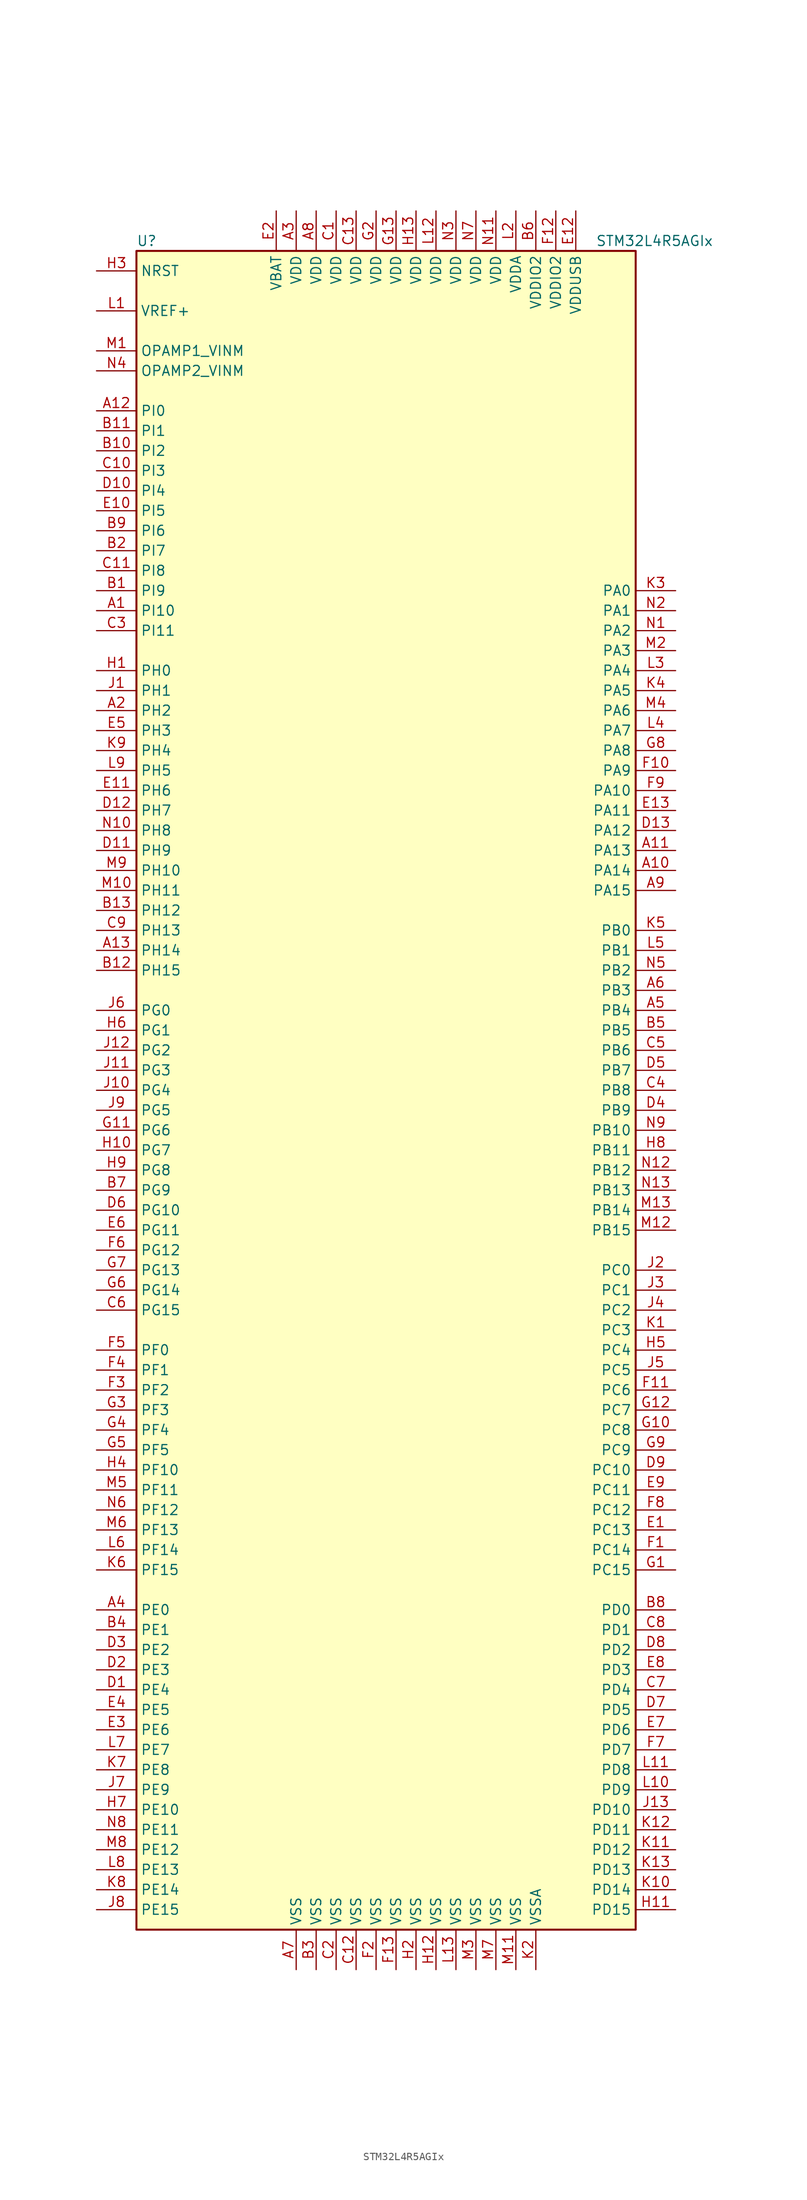
<source format=kicad_sym>
(kicad_symbol_lib
  (version 20201005)
  (generator kicad_symbol_editor)
  (symbol "MCU_ST_STM32L4+:STM32L4R5AGIx"
    (property "Reference" "U"
      (at -33.02 107.95 0)
      (effects (font (size 1.27 1.27)) (justify left)))
    (property "Value" "STM32L4R5AGIx"
      (at 25.4 107.95 0)
      (effects (font (size 1.27 1.27)) (justify left)))
    (symbol "STM32L4R5AGIx_0_1"
      (rectangle (start -33.02 -106.68) (end 30.48 106.68) (stroke (width 0.254)) (fill (type background))))
    (symbol "STM32L4R5AGIx_1_1"
      (pin input line (at -38.1 104.14 0) (length 5.08) (name "NRST" (effects (font (size 1.27 1.27)))) (number "H3" (effects (font (size 1.27 1.27)))))
      (pin bidirectional line (at -38.1 93.98 0) (length 5.08) (name "OPAMP1_VINM" (effects (font (size 1.27 1.27)))) (number "M1" (effects (font (size 1.27 1.27)))))
      (pin bidirectional line (at -38.1 91.44 0) (length 5.08) (name "OPAMP2_VINM" (effects (font (size 1.27 1.27)))) (number "N4" (effects (font (size 1.27 1.27)))))
      (pin bidirectional line (at 35.56 63.5 180) (length 5.08) (name "PA0" (effects (font (size 1.27 1.27)))) (number "K3" (effects (font (size 1.27 1.27)))))
      (pin bidirectional line (at 35.56 60.96 180) (length 5.08) (name "PA1" (effects (font (size 1.27 1.27)))) (number "N2" (effects (font (size 1.27 1.27)))))
      (pin bidirectional line (at 35.56 38.1 180) (length 5.08) (name "PA10" (effects (font (size 1.27 1.27)))) (number "F9" (effects (font (size 1.27 1.27)))))
      (pin bidirectional line (at 35.56 35.56 180) (length 5.08) (name "PA11" (effects (font (size 1.27 1.27)))) (number "E13" (effects (font (size 1.27 1.27)))))
      (pin bidirectional line (at 35.56 33.02 180) (length 5.08) (name "PA12" (effects (font (size 1.27 1.27)))) (number "D13" (effects (font (size 1.27 1.27)))))
      (pin bidirectional line (at 35.56 30.48 180) (length 5.08) (name "PA13" (effects (font (size 1.27 1.27)))) (number "A11" (effects (font (size 1.27 1.27)))))
      (pin bidirectional line (at 35.56 27.94 180) (length 5.08) (name "PA14" (effects (font (size 1.27 1.27)))) (number "A10" (effects (font (size 1.27 1.27)))))
      (pin bidirectional line (at 35.56 25.4 180) (length 5.08) (name "PA15" (effects (font (size 1.27 1.27)))) (number "A9" (effects (font (size 1.27 1.27)))))
      (pin bidirectional line (at 35.56 58.42 180) (length 5.08) (name "PA2" (effects (font (size 1.27 1.27)))) (number "N1" (effects (font (size 1.27 1.27)))))
      (pin bidirectional line (at 35.56 55.88 180) (length 5.08) (name "PA3" (effects (font (size 1.27 1.27)))) (number "M2" (effects (font (size 1.27 1.27)))))
      (pin bidirectional line (at 35.56 53.34 180) (length 5.08) (name "PA4" (effects (font (size 1.27 1.27)))) (number "L3" (effects (font (size 1.27 1.27)))))
      (pin bidirectional line (at 35.56 50.8 180) (length 5.08) (name "PA5" (effects (font (size 1.27 1.27)))) (number "K4" (effects (font (size 1.27 1.27)))))
      (pin bidirectional line (at 35.56 48.26 180) (length 5.08) (name "PA6" (effects (font (size 1.27 1.27)))) (number "M4" (effects (font (size 1.27 1.27)))))
      (pin bidirectional line (at 35.56 45.72 180) (length 5.08) (name "PA7" (effects (font (size 1.27 1.27)))) (number "L4" (effects (font (size 1.27 1.27)))))
      (pin bidirectional line (at 35.56 43.18 180) (length 5.08) (name "PA8" (effects (font (size 1.27 1.27)))) (number "G8" (effects (font (size 1.27 1.27)))))
      (pin bidirectional line (at 35.56 40.64 180) (length 5.08) (name "PA9" (effects (font (size 1.27 1.27)))) (number "F10" (effects (font (size 1.27 1.27)))))
      (pin bidirectional line (at 35.56 20.32 180) (length 5.08) (name "PB0" (effects (font (size 1.27 1.27)))) (number "K5" (effects (font (size 1.27 1.27)))))
      (pin bidirectional line (at 35.56 17.78 180) (length 5.08) (name "PB1" (effects (font (size 1.27 1.27)))) (number "L5" (effects (font (size 1.27 1.27)))))
      (pin bidirectional line (at 35.56 -5.08 180) (length 5.08) (name "PB10" (effects (font (size 1.27 1.27)))) (number "N9" (effects (font (size 1.27 1.27)))))
      (pin bidirectional line (at 35.56 -7.62 180) (length 5.08) (name "PB11" (effects (font (size 1.27 1.27)))) (number "H8" (effects (font (size 1.27 1.27)))))
      (pin bidirectional line (at 35.56 -10.16 180) (length 5.08) (name "PB12" (effects (font (size 1.27 1.27)))) (number "N12" (effects (font (size 1.27 1.27)))))
      (pin bidirectional line (at 35.56 -12.7 180) (length 5.08) (name "PB13" (effects (font (size 1.27 1.27)))) (number "N13" (effects (font (size 1.27 1.27)))))
      (pin bidirectional line (at 35.56 -15.24 180) (length 5.08) (name "PB14" (effects (font (size 1.27 1.27)))) (number "M13" (effects (font (size 1.27 1.27)))))
      (pin bidirectional line (at 35.56 -17.78 180) (length 5.08) (name "PB15" (effects (font (size 1.27 1.27)))) (number "M12" (effects (font (size 1.27 1.27)))))
      (pin bidirectional line (at 35.56 15.24 180) (length 5.08) (name "PB2" (effects (font (size 1.27 1.27)))) (number "N5" (effects (font (size 1.27 1.27)))))
      (pin bidirectional line (at 35.56 12.7 180) (length 5.08) (name "PB3" (effects (font (size 1.27 1.27)))) (number "A6" (effects (font (size 1.27 1.27)))))
      (pin bidirectional line (at 35.56 10.16 180) (length 5.08) (name "PB4" (effects (font (size 1.27 1.27)))) (number "A5" (effects (font (size 1.27 1.27)))))
      (pin bidirectional line (at 35.56 7.62 180) (length 5.08) (name "PB5" (effects (font (size 1.27 1.27)))) (number "B5" (effects (font (size 1.27 1.27)))))
      (pin bidirectional line (at 35.56 5.08 180) (length 5.08) (name "PB6" (effects (font (size 1.27 1.27)))) (number "C5" (effects (font (size 1.27 1.27)))))
      (pin bidirectional line (at 35.56 2.54 180) (length 5.08) (name "PB7" (effects (font (size 1.27 1.27)))) (number "D5" (effects (font (size 1.27 1.27)))))
      (pin bidirectional line (at 35.56 0 180) (length 5.08) (name "PB8" (effects (font (size 1.27 1.27)))) (number "C4" (effects (font (size 1.27 1.27)))))
      (pin bidirectional line (at 35.56 -2.54 180) (length 5.08) (name "PB9" (effects (font (size 1.27 1.27)))) (number "D4" (effects (font (size 1.27 1.27)))))
      (pin bidirectional line (at 35.56 -22.86 180) (length 5.08) (name "PC0" (effects (font (size 1.27 1.27)))) (number "J2" (effects (font (size 1.27 1.27)))))
      (pin bidirectional line (at 35.56 -25.4 180) (length 5.08) (name "PC1" (effects (font (size 1.27 1.27)))) (number "J3" (effects (font (size 1.27 1.27)))))
      (pin bidirectional line (at 35.56 -48.26 180) (length 5.08) (name "PC10" (effects (font (size 1.27 1.27)))) (number "D9" (effects (font (size 1.27 1.27)))))
      (pin bidirectional line (at 35.56 -50.8 180) (length 5.08) (name "PC11" (effects (font (size 1.27 1.27)))) (number "E9" (effects (font (size 1.27 1.27)))))
      (pin bidirectional line (at 35.56 -53.34 180) (length 5.08) (name "PC12" (effects (font (size 1.27 1.27)))) (number "F8" (effects (font (size 1.27 1.27)))))
      (pin bidirectional line (at 35.56 -55.88 180) (length 5.08) (name "PC13" (effects (font (size 1.27 1.27)))) (number "E1" (effects (font (size 1.27 1.27)))))
      (pin bidirectional line (at 35.56 -58.42 180) (length 5.08) (name "PC14" (effects (font (size 1.27 1.27)))) (number "F1" (effects (font (size 1.27 1.27)))))
      (pin bidirectional line (at 35.56 -60.96 180) (length 5.08) (name "PC15" (effects (font (size 1.27 1.27)))) (number "G1" (effects (font (size 1.27 1.27)))))
      (pin bidirectional line (at 35.56 -27.94 180) (length 5.08) (name "PC2" (effects (font (size 1.27 1.27)))) (number "J4" (effects (font (size 1.27 1.27)))))
      (pin bidirectional line (at 35.56 -30.48 180) (length 5.08) (name "PC3" (effects (font (size 1.27 1.27)))) (number "K1" (effects (font (size 1.27 1.27)))))
      (pin bidirectional line (at 35.56 -33.02 180) (length 5.08) (name "PC4" (effects (font (size 1.27 1.27)))) (number "H5" (effects (font (size 1.27 1.27)))))
      (pin bidirectional line (at 35.56 -35.56 180) (length 5.08) (name "PC5" (effects (font (size 1.27 1.27)))) (number "J5" (effects (font (size 1.27 1.27)))))
      (pin bidirectional line (at 35.56 -38.1 180) (length 5.08) (name "PC6" (effects (font (size 1.27 1.27)))) (number "F11" (effects (font (size 1.27 1.27)))))
      (pin bidirectional line (at 35.56 -40.64 180) (length 5.08) (name "PC7" (effects (font (size 1.27 1.27)))) (number "G12" (effects (font (size 1.27 1.27)))))
      (pin bidirectional line (at 35.56 -43.18 180) (length 5.08) (name "PC8" (effects (font (size 1.27 1.27)))) (number "G10" (effects (font (size 1.27 1.27)))))
      (pin bidirectional line (at 35.56 -45.72 180) (length 5.08) (name "PC9" (effects (font (size 1.27 1.27)))) (number "G9" (effects (font (size 1.27 1.27)))))
      (pin bidirectional line (at 35.56 -66.04 180) (length 5.08) (name "PD0" (effects (font (size 1.27 1.27)))) (number "B8" (effects (font (size 1.27 1.27)))))
      (pin bidirectional line (at 35.56 -68.58 180) (length 5.08) (name "PD1" (effects (font (size 1.27 1.27)))) (number "C8" (effects (font (size 1.27 1.27)))))
      (pin bidirectional line (at 35.56 -91.44 180) (length 5.08) (name "PD10" (effects (font (size 1.27 1.27)))) (number "J13" (effects (font (size 1.27 1.27)))))
      (pin bidirectional line (at 35.56 -93.98 180) (length 5.08) (name "PD11" (effects (font (size 1.27 1.27)))) (number "K12" (effects (font (size 1.27 1.27)))))
      (pin bidirectional line (at 35.56 -96.52 180) (length 5.08) (name "PD12" (effects (font (size 1.27 1.27)))) (number "K11" (effects (font (size 1.27 1.27)))))
      (pin bidirectional line (at 35.56 -99.06 180) (length 5.08) (name "PD13" (effects (font (size 1.27 1.27)))) (number "K13" (effects (font (size 1.27 1.27)))))
      (pin bidirectional line (at 35.56 -101.6 180) (length 5.08) (name "PD14" (effects (font (size 1.27 1.27)))) (number "K10" (effects (font (size 1.27 1.27)))))
      (pin bidirectional line (at 35.56 -104.14 180) (length 5.08) (name "PD15" (effects (font (size 1.27 1.27)))) (number "H11" (effects (font (size 1.27 1.27)))))
      (pin bidirectional line (at 35.56 -71.12 180) (length 5.08) (name "PD2" (effects (font (size 1.27 1.27)))) (number "D8" (effects (font (size 1.27 1.27)))))
      (pin bidirectional line (at 35.56 -73.66 180) (length 5.08) (name "PD3" (effects (font (size 1.27 1.27)))) (number "E8" (effects (font (size 1.27 1.27)))))
      (pin bidirectional line (at 35.56 -76.2 180) (length 5.08) (name "PD4" (effects (font (size 1.27 1.27)))) (number "C7" (effects (font (size 1.27 1.27)))))
      (pin bidirectional line (at 35.56 -78.74 180) (length 5.08) (name "PD5" (effects (font (size 1.27 1.27)))) (number "D7" (effects (font (size 1.27 1.27)))))
      (pin bidirectional line (at 35.56 -81.28 180) (length 5.08) (name "PD6" (effects (font (size 1.27 1.27)))) (number "E7" (effects (font (size 1.27 1.27)))))
      (pin bidirectional line (at 35.56 -83.82 180) (length 5.08) (name "PD7" (effects (font (size 1.27 1.27)))) (number "F7" (effects (font (size 1.27 1.27)))))
      (pin bidirectional line (at 35.56 -86.36 180) (length 5.08) (name "PD8" (effects (font (size 1.27 1.27)))) (number "L11" (effects (font (size 1.27 1.27)))))
      (pin bidirectional line (at 35.56 -88.9 180) (length 5.08) (name "PD9" (effects (font (size 1.27 1.27)))) (number "L10" (effects (font (size 1.27 1.27)))))
      (pin bidirectional line (at -38.1 -66.04 0) (length 5.08) (name "PE0" (effects (font (size 1.27 1.27)))) (number "A4" (effects (font (size 1.27 1.27)))))
      (pin bidirectional line (at -38.1 -68.58 0) (length 5.08) (name "PE1" (effects (font (size 1.27 1.27)))) (number "B4" (effects (font (size 1.27 1.27)))))
      (pin bidirectional line (at -38.1 -91.44 0) (length 5.08) (name "PE10" (effects (font (size 1.27 1.27)))) (number "H7" (effects (font (size 1.27 1.27)))))
      (pin bidirectional line (at -38.1 -93.98 0) (length 5.08) (name "PE11" (effects (font (size 1.27 1.27)))) (number "N8" (effects (font (size 1.27 1.27)))))
      (pin bidirectional line (at -38.1 -96.52 0) (length 5.08) (name "PE12" (effects (font (size 1.27 1.27)))) (number "M8" (effects (font (size 1.27 1.27)))))
      (pin bidirectional line (at -38.1 -99.06 0) (length 5.08) (name "PE13" (effects (font (size 1.27 1.27)))) (number "L8" (effects (font (size 1.27 1.27)))))
      (pin bidirectional line (at -38.1 -101.6 0) (length 5.08) (name "PE14" (effects (font (size 1.27 1.27)))) (number "K8" (effects (font (size 1.27 1.27)))))
      (pin bidirectional line (at -38.1 -104.14 0) (length 5.08) (name "PE15" (effects (font (size 1.27 1.27)))) (number "J8" (effects (font (size 1.27 1.27)))))
      (pin bidirectional line (at -38.1 -71.12 0) (length 5.08) (name "PE2" (effects (font (size 1.27 1.27)))) (number "D3" (effects (font (size 1.27 1.27)))))
      (pin bidirectional line (at -38.1 -73.66 0) (length 5.08) (name "PE3" (effects (font (size 1.27 1.27)))) (number "D2" (effects (font (size 1.27 1.27)))))
      (pin bidirectional line (at -38.1 -76.2 0) (length 5.08) (name "PE4" (effects (font (size 1.27 1.27)))) (number "D1" (effects (font (size 1.27 1.27)))))
      (pin bidirectional line (at -38.1 -78.74 0) (length 5.08) (name "PE5" (effects (font (size 1.27 1.27)))) (number "E4" (effects (font (size 1.27 1.27)))))
      (pin bidirectional line (at -38.1 -81.28 0) (length 5.08) (name "PE6" (effects (font (size 1.27 1.27)))) (number "E3" (effects (font (size 1.27 1.27)))))
      (pin bidirectional line (at -38.1 -83.82 0) (length 5.08) (name "PE7" (effects (font (size 1.27 1.27)))) (number "L7" (effects (font (size 1.27 1.27)))))
      (pin bidirectional line (at -38.1 -86.36 0) (length 5.08) (name "PE8" (effects (font (size 1.27 1.27)))) (number "K7" (effects (font (size 1.27 1.27)))))
      (pin bidirectional line (at -38.1 -88.9 0) (length 5.08) (name "PE9" (effects (font (size 1.27 1.27)))) (number "J7" (effects (font (size 1.27 1.27)))))
      (pin bidirectional line (at -38.1 -33.02 0) (length 5.08) (name "PF0" (effects (font (size 1.27 1.27)))) (number "F5" (effects (font (size 1.27 1.27)))))
      (pin bidirectional line (at -38.1 -35.56 0) (length 5.08) (name "PF1" (effects (font (size 1.27 1.27)))) (number "F4" (effects (font (size 1.27 1.27)))))
      (pin bidirectional line (at -38.1 -48.26 0) (length 5.08) (name "PF10" (effects (font (size 1.27 1.27)))) (number "H4" (effects (font (size 1.27 1.27)))))
      (pin bidirectional line (at -38.1 -50.8 0) (length 5.08) (name "PF11" (effects (font (size 1.27 1.27)))) (number "M5" (effects (font (size 1.27 1.27)))))
      (pin bidirectional line (at -38.1 -53.34 0) (length 5.08) (name "PF12" (effects (font (size 1.27 1.27)))) (number "N6" (effects (font (size 1.27 1.27)))))
      (pin bidirectional line (at -38.1 -55.88 0) (length 5.08) (name "PF13" (effects (font (size 1.27 1.27)))) (number "M6" (effects (font (size 1.27 1.27)))))
      (pin bidirectional line (at -38.1 -58.42 0) (length 5.08) (name "PF14" (effects (font (size 1.27 1.27)))) (number "L6" (effects (font (size 1.27 1.27)))))
      (pin bidirectional line (at -38.1 -60.96 0) (length 5.08) (name "PF15" (effects (font (size 1.27 1.27)))) (number "K6" (effects (font (size 1.27 1.27)))))
      (pin bidirectional line (at -38.1 -38.1 0) (length 5.08) (name "PF2" (effects (font (size 1.27 1.27)))) (number "F3" (effects (font (size 1.27 1.27)))))
      (pin bidirectional line (at -38.1 -40.64 0) (length 5.08) (name "PF3" (effects (font (size 1.27 1.27)))) (number "G3" (effects (font (size 1.27 1.27)))))
      (pin bidirectional line (at -38.1 -43.18 0) (length 5.08) (name "PF4" (effects (font (size 1.27 1.27)))) (number "G4" (effects (font (size 1.27 1.27)))))
      (pin bidirectional line (at -38.1 -45.72 0) (length 5.08) (name "PF5" (effects (font (size 1.27 1.27)))) (number "G5" (effects (font (size 1.27 1.27)))))
      (pin bidirectional line (at -38.1 10.16 0) (length 5.08) (name "PG0" (effects (font (size 1.27 1.27)))) (number "J6" (effects (font (size 1.27 1.27)))))
      (pin bidirectional line (at -38.1 7.62 0) (length 5.08) (name "PG1" (effects (font (size 1.27 1.27)))) (number "H6" (effects (font (size 1.27 1.27)))))
      (pin bidirectional line (at -38.1 -15.24 0) (length 5.08) (name "PG10" (effects (font (size 1.27 1.27)))) (number "D6" (effects (font (size 1.27 1.27)))))
      (pin bidirectional line (at -38.1 -17.78 0) (length 5.08) (name "PG11" (effects (font (size 1.27 1.27)))) (number "E6" (effects (font (size 1.27 1.27)))))
      (pin bidirectional line (at -38.1 -20.32 0) (length 5.08) (name "PG12" (effects (font (size 1.27 1.27)))) (number "F6" (effects (font (size 1.27 1.27)))))
      (pin bidirectional line (at -38.1 -22.86 0) (length 5.08) (name "PG13" (effects (font (size 1.27 1.27)))) (number "G7" (effects (font (size 1.27 1.27)))))
      (pin bidirectional line (at -38.1 -25.4 0) (length 5.08) (name "PG14" (effects (font (size 1.27 1.27)))) (number "G6" (effects (font (size 1.27 1.27)))))
      (pin bidirectional line (at -38.1 -27.94 0) (length 5.08) (name "PG15" (effects (font (size 1.27 1.27)))) (number "C6" (effects (font (size 1.27 1.27)))))
      (pin bidirectional line (at -38.1 5.08 0) (length 5.08) (name "PG2" (effects (font (size 1.27 1.27)))) (number "J12" (effects (font (size 1.27 1.27)))))
      (pin bidirectional line (at -38.1 2.54 0) (length 5.08) (name "PG3" (effects (font (size 1.27 1.27)))) (number "J11" (effects (font (size 1.27 1.27)))))
      (pin bidirectional line (at -38.1 0 0) (length 5.08) (name "PG4" (effects (font (size 1.27 1.27)))) (number "J10" (effects (font (size 1.27 1.27)))))
      (pin bidirectional line (at -38.1 -2.54 0) (length 5.08) (name "PG5" (effects (font (size 1.27 1.27)))) (number "J9" (effects (font (size 1.27 1.27)))))
      (pin bidirectional line (at -38.1 -5.08 0) (length 5.08) (name "PG6" (effects (font (size 1.27 1.27)))) (number "G11" (effects (font (size 1.27 1.27)))))
      (pin bidirectional line (at -38.1 -7.62 0) (length 5.08) (name "PG7" (effects (font (size 1.27 1.27)))) (number "H10" (effects (font (size 1.27 1.27)))))
      (pin bidirectional line (at -38.1 -10.16 0) (length 5.08) (name "PG8" (effects (font (size 1.27 1.27)))) (number "H9" (effects (font (size 1.27 1.27)))))
      (pin bidirectional line (at -38.1 -12.7 0) (length 5.08) (name "PG9" (effects (font (size 1.27 1.27)))) (number "B7" (effects (font (size 1.27 1.27)))))
      (pin input line (at -38.1 53.34 0) (length 5.08) (name "PH0" (effects (font (size 1.27 1.27)))) (number "H1" (effects (font (size 1.27 1.27)))))
      (pin input line (at -38.1 50.8 0) (length 5.08) (name "PH1" (effects (font (size 1.27 1.27)))) (number "J1" (effects (font (size 1.27 1.27)))))
      (pin bidirectional line (at -38.1 27.94 0) (length 5.08) (name "PH10" (effects (font (size 1.27 1.27)))) (number "M9" (effects (font (size 1.27 1.27)))))
      (pin bidirectional line (at -38.1 25.4 0) (length 5.08) (name "PH11" (effects (font (size 1.27 1.27)))) (number "M10" (effects (font (size 1.27 1.27)))))
      (pin bidirectional line (at -38.1 22.86 0) (length 5.08) (name "PH12" (effects (font (size 1.27 1.27)))) (number "B13" (effects (font (size 1.27 1.27)))))
      (pin bidirectional line (at -38.1 20.32 0) (length 5.08) (name "PH13" (effects (font (size 1.27 1.27)))) (number "C9" (effects (font (size 1.27 1.27)))))
      (pin bidirectional line (at -38.1 17.78 0) (length 5.08) (name "PH14" (effects (font (size 1.27 1.27)))) (number "A13" (effects (font (size 1.27 1.27)))))
      (pin bidirectional line (at -38.1 15.24 0) (length 5.08) (name "PH15" (effects (font (size 1.27 1.27)))) (number "B12" (effects (font (size 1.27 1.27)))))
      (pin bidirectional line (at -38.1 48.26 0) (length 5.08) (name "PH2" (effects (font (size 1.27 1.27)))) (number "A2" (effects (font (size 1.27 1.27)))))
      (pin bidirectional line (at -38.1 45.72 0) (length 5.08) (name "PH3" (effects (font (size 1.27 1.27)))) (number "E5" (effects (font (size 1.27 1.27)))))
      (pin bidirectional line (at -38.1 43.18 0) (length 5.08) (name "PH4" (effects (font (size 1.27 1.27)))) (number "K9" (effects (font (size 1.27 1.27)))))
      (pin bidirectional line (at -38.1 40.64 0) (length 5.08) (name "PH5" (effects (font (size 1.27 1.27)))) (number "L9" (effects (font (size 1.27 1.27)))))
      (pin bidirectional line (at -38.1 38.1 0) (length 5.08) (name "PH6" (effects (font (size 1.27 1.27)))) (number "E11" (effects (font (size 1.27 1.27)))))
      (pin bidirectional line (at -38.1 35.56 0) (length 5.08) (name "PH7" (effects (font (size 1.27 1.27)))) (number "D12" (effects (font (size 1.27 1.27)))))
      (pin bidirectional line (at -38.1 33.02 0) (length 5.08) (name "PH8" (effects (font (size 1.27 1.27)))) (number "N10" (effects (font (size 1.27 1.27)))))
      (pin bidirectional line (at -38.1 30.48 0) (length 5.08) (name "PH9" (effects (font (size 1.27 1.27)))) (number "D11" (effects (font (size 1.27 1.27)))))
      (pin bidirectional line (at -38.1 86.36 0) (length 5.08) (name "PI0" (effects (font (size 1.27 1.27)))) (number "A12" (effects (font (size 1.27 1.27)))))
      (pin bidirectional line (at -38.1 83.82 0) (length 5.08) (name "PI1" (effects (font (size 1.27 1.27)))) (number "B11" (effects (font (size 1.27 1.27)))))
      (pin bidirectional line (at -38.1 60.96 0) (length 5.08) (name "PI10" (effects (font (size 1.27 1.27)))) (number "A1" (effects (font (size 1.27 1.27)))))
      (pin bidirectional line (at -38.1 58.42 0) (length 5.08) (name "PI11" (effects (font (size 1.27 1.27)))) (number "C3" (effects (font (size 1.27 1.27)))))
      (pin bidirectional line (at -38.1 81.28 0) (length 5.08) (name "PI2" (effects (font (size 1.27 1.27)))) (number "B10" (effects (font (size 1.27 1.27)))))
      (pin bidirectional line (at -38.1 78.74 0) (length 5.08) (name "PI3" (effects (font (size 1.27 1.27)))) (number "C10" (effects (font (size 1.27 1.27)))))
      (pin bidirectional line (at -38.1 76.2 0) (length 5.08) (name "PI4" (effects (font (size 1.27 1.27)))) (number "D10" (effects (font (size 1.27 1.27)))))
      (pin bidirectional line (at -38.1 73.66 0) (length 5.08) (name "PI5" (effects (font (size 1.27 1.27)))) (number "E10" (effects (font (size 1.27 1.27)))))
      (pin bidirectional line (at -38.1 71.12 0) (length 5.08) (name "PI6" (effects (font (size 1.27 1.27)))) (number "B9" (effects (font (size 1.27 1.27)))))
      (pin bidirectional line (at -38.1 68.58 0) (length 5.08) (name "PI7" (effects (font (size 1.27 1.27)))) (number "B2" (effects (font (size 1.27 1.27)))))
      (pin bidirectional line (at -38.1 66.04 0) (length 5.08) (name "PI8" (effects (font (size 1.27 1.27)))) (number "C11" (effects (font (size 1.27 1.27)))))
      (pin bidirectional line (at -38.1 63.5 0) (length 5.08) (name "PI9" (effects (font (size 1.27 1.27)))) (number "B1" (effects (font (size 1.27 1.27)))))
      (pin power_in line (at -15.24 111.76 270) (length 5.08) (name "VBAT" (effects (font (size 1.27 1.27)))) (number "E2" (effects (font (size 1.27 1.27)))))
      (pin power_in line (at -12.7 111.76 270) (length 5.08) (name "VDD" (effects (font (size 1.27 1.27)))) (number "A3" (effects (font (size 1.27 1.27)))))
      (pin power_in line (at -10.16 111.76 270) (length 5.08) (name "VDD" (effects (font (size 1.27 1.27)))) (number "A8" (effects (font (size 1.27 1.27)))))
      (pin power_in line (at -7.62 111.76 270) (length 5.08) (name "VDD" (effects (font (size 1.27 1.27)))) (number "C1" (effects (font (size 1.27 1.27)))))
      (pin power_in line (at -5.08 111.76 270) (length 5.08) (name "VDD" (effects (font (size 1.27 1.27)))) (number "C13" (effects (font (size 1.27 1.27)))))
      (pin power_in line (at 0 111.76 270) (length 5.08) (name "VDD" (effects (font (size 1.27 1.27)))) (number "G13" (effects (font (size 1.27 1.27)))))
      (pin power_in line (at -2.54 111.76 270) (length 5.08) (name "VDD" (effects (font (size 1.27 1.27)))) (number "G2" (effects (font (size 1.27 1.27)))))
      (pin power_in line (at 2.54 111.76 270) (length 5.08) (name "VDD" (effects (font (size 1.27 1.27)))) (number "H13" (effects (font (size 1.27 1.27)))))
      (pin power_in line (at 5.08 111.76 270) (length 5.08) (name "VDD" (effects (font (size 1.27 1.27)))) (number "L12" (effects (font (size 1.27 1.27)))))
      (pin power_in line (at 12.7 111.76 270) (length 5.08) (name "VDD" (effects (font (size 1.27 1.27)))) (number "N11" (effects (font (size 1.27 1.27)))))
      (pin power_in line (at 7.62 111.76 270) (length 5.08) (name "VDD" (effects (font (size 1.27 1.27)))) (number "N3" (effects (font (size 1.27 1.27)))))
      (pin power_in line (at 10.16 111.76 270) (length 5.08) (name "VDD" (effects (font (size 1.27 1.27)))) (number "N7" (effects (font (size 1.27 1.27)))))
      (pin power_in line (at 15.24 111.76 270) (length 5.08) (name "VDDA" (effects (font (size 1.27 1.27)))) (number "L2" (effects (font (size 1.27 1.27)))))
      (pin power_in line (at 17.78 111.76 270) (length 5.08) (name "VDDIO2" (effects (font (size 1.27 1.27)))) (number "B6" (effects (font (size 1.27 1.27)))))
      (pin power_in line (at 20.32 111.76 270) (length 5.08) (name "VDDIO2" (effects (font (size 1.27 1.27)))) (number "F12" (effects (font (size 1.27 1.27)))))
      (pin power_in line (at 22.86 111.76 270) (length 5.08) (name "VDDUSB" (effects (font (size 1.27 1.27)))) (number "E12" (effects (font (size 1.27 1.27)))))
      (pin bidirectional line (at -38.1 99.06 0) (length 5.08) (name "VREF+" (effects (font (size 1.27 1.27)))) (number "L1" (effects (font (size 1.27 1.27)))))
      (pin power_in line (at -12.7 -111.76 90) (length 5.08) (name "VSS" (effects (font (size 1.27 1.27)))) (number "A7" (effects (font (size 1.27 1.27)))))
      (pin power_in line (at -10.16 -111.76 90) (length 5.08) (name "VSS" (effects (font (size 1.27 1.27)))) (number "B3" (effects (font (size 1.27 1.27)))))
      (pin power_in line (at -5.08 -111.76 90) (length 5.08) (name "VSS" (effects (font (size 1.27 1.27)))) (number "C12" (effects (font (size 1.27 1.27)))))
      (pin power_in line (at -7.62 -111.76 90) (length 5.08) (name "VSS" (effects (font (size 1.27 1.27)))) (number "C2" (effects (font (size 1.27 1.27)))))
      (pin power_in line (at 0 -111.76 90) (length 5.08) (name "VSS" (effects (font (size 1.27 1.27)))) (number "F13" (effects (font (size 1.27 1.27)))))
      (pin power_in line (at -2.54 -111.76 90) (length 5.08) (name "VSS" (effects (font (size 1.27 1.27)))) (number "F2" (effects (font (size 1.27 1.27)))))
      (pin power_in line (at 5.08 -111.76 90) (length 5.08) (name "VSS" (effects (font (size 1.27 1.27)))) (number "H12" (effects (font (size 1.27 1.27)))))
      (pin power_in line (at 2.54 -111.76 90) (length 5.08) (name "VSS" (effects (font (size 1.27 1.27)))) (number "H2" (effects (font (size 1.27 1.27)))))
      (pin power_in line (at 7.62 -111.76 90) (length 5.08) (name "VSS" (effects (font (size 1.27 1.27)))) (number "L13" (effects (font (size 1.27 1.27)))))
      (pin power_in line (at 15.24 -111.76 90) (length 5.08) (name "VSS" (effects (font (size 1.27 1.27)))) (number "M11" (effects (font (size 1.27 1.27)))))
      (pin power_in line (at 10.16 -111.76 90) (length 5.08) (name "VSS" (effects (font (size 1.27 1.27)))) (number "M3" (effects (font (size 1.27 1.27)))))
      (pin power_in line (at 12.7 -111.76 90) (length 5.08) (name "VSS" (effects (font (size 1.27 1.27)))) (number "M7" (effects (font (size 1.27 1.27)))))
      (pin power_in line (at 17.78 -111.76 90) (length 5.08) (name "VSSA" (effects (font (size 1.27 1.27)))) (number "K2" (effects (font (size 1.27 1.27))))))))
</source>
